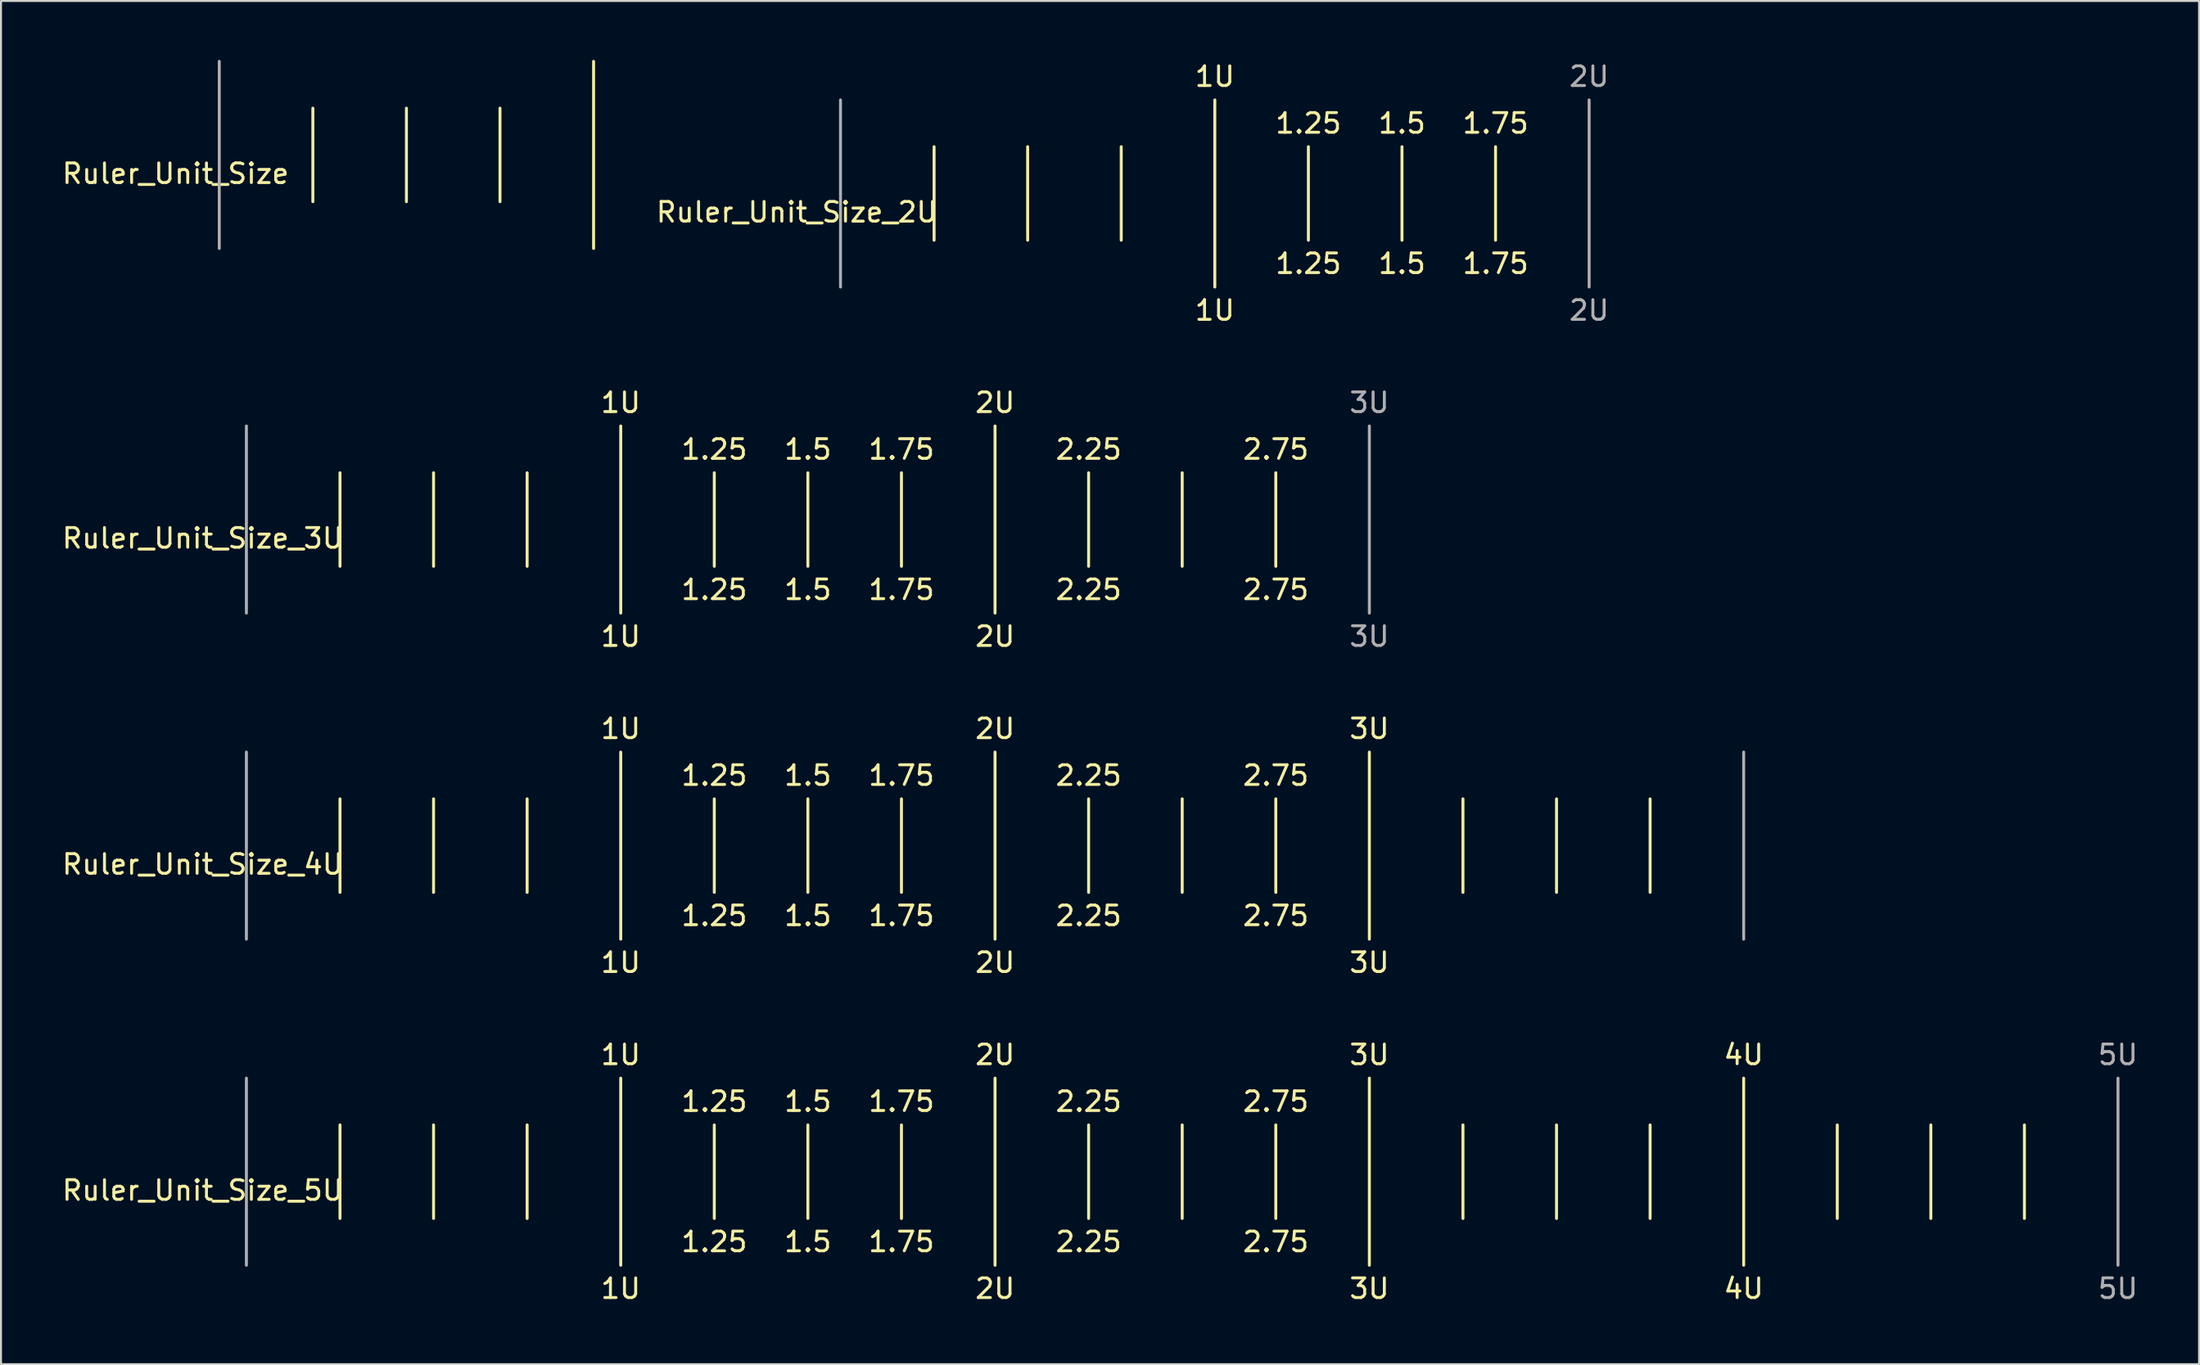
<source format=kicad_pcb>
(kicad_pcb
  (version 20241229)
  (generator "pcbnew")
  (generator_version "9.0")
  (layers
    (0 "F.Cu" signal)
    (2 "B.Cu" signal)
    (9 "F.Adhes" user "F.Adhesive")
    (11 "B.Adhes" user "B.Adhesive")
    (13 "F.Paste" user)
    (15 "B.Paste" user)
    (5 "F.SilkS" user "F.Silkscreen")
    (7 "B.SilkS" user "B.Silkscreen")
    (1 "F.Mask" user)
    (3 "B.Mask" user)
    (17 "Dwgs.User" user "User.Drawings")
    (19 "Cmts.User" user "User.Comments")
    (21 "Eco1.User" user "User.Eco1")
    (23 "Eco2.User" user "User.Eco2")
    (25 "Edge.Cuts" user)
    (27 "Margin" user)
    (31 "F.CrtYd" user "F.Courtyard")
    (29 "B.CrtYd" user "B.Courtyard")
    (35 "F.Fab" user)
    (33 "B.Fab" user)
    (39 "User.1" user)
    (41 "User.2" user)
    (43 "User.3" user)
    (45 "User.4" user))
  (footprint "Ruler_Unit_Size_3U"
    (layer "F.Cu")
    (at 9.49 23.404)
    (property "Reference" "Ruler_Unit_Size_3U" (at -2.223 0.953 0) (layer "F.SilkS") (effects (font (size 1 1) (thickness 0.15))))
    (attr through_hole)
    (fp_line (start 4.763 -2.381) (end 4.763 2.381) (stroke (width 0.15) (type solid)) (layer "F.SilkS"))
    (fp_line (start 9.525 -2.381) (end 9.525 2.381) (stroke (width 0.15) (type solid)) (layer "F.SilkS"))
    (fp_line (start 14.287 -2.381) (end 14.287 2.381) (stroke (width 0.15) (type solid)) (layer "F.SilkS"))
    (fp_line (start 19.05 -4.763) (end 19.05 4.763) (stroke (width 0.15) (type solid)) (layer "F.SilkS"))
    (fp_line (start 23.812 -2.381) (end 23.812 2.381) (stroke (width 0.15) (type solid)) (layer "F.SilkS"))
    (fp_line (start 28.575 -2.381) (end 28.575 2.381) (stroke (width 0.15) (type solid)) (layer "F.SilkS"))
    (fp_line (start 33.337 -2.381) (end 33.337 2.381) (stroke (width 0.15) (type solid)) (layer "F.SilkS"))
    (fp_line (start 38.1 -4.763) (end 38.1 4.763) (stroke (width 0.15) (type solid)) (layer "F.SilkS"))
    (fp_line (start 42.862 -2.381) (end 42.862 2.381) (stroke (width 0.15) (type solid)) (layer "F.SilkS"))
    (fp_line (start 47.625 -2.381) (end 47.625 2.381) (stroke (width 0.15) (type solid)) (layer "F.SilkS"))
    (fp_line (start 52.388 -2.381) (end 52.388 2.381) (stroke (width 0.15) (type solid)) (layer "F.SilkS"))
    (fp_line (start 0 -4.763) (end 0 4.763) (stroke (width 0.15) (type solid)) (layer "F.Fab"))
    (fp_line (start 57.15 -4.763) (end 57.15 4.763) (stroke (width 0.15) (type solid)) (layer "F.Fab"))
    (fp_text user "2.75" (at 52.388 -3.572 0) (layer "F.SilkS") (effects (font (size 1 1) (thickness 0.15))))
    (fp_text user "2.25" (at 42.862 3.572 0) (layer "F.SilkS") (effects (font (size 1 1) (thickness 0.15))))
    (fp_text user "1U" (at 19.05 -5.953 0) (layer "F.SilkS") (effects (font (size 1 1) (thickness 0.15))))
    (fp_text user "1.75" (at 33.338 -3.572 0) (layer "F.SilkS") (effects (font (size 1 1) (thickness 0.15))))
    (fp_text user "1.25" (at 23.812 3.572 0) (layer "F.SilkS") (effects (font (size 1 1) (thickness 0.15))))
    (fp_text user "1.75" (at 33.337 3.572 0) (layer "F.SilkS") (effects (font (size 1 1) (thickness 0.15))))
    (fp_text user "2.25" (at 42.863 -3.572 0) (layer "F.SilkS") (effects (font (size 1 1) (thickness 0.15))))
    (fp_text user "2U" (at 38.1 -5.953 0) (layer "F.SilkS") (effects (font (size 1 1) (thickness 0.15))))
    (fp_text user "2.75" (at 52.388 3.572 0) (layer "F.SilkS") (effects (font (size 1 1) (thickness 0.15))))
    (fp_text user "1.5" (at 28.575 3.572 0) (layer "F.SilkS") (effects (font (size 1 1) (thickness 0.15))))
    (fp_text user "1.25" (at 23.813 -3.572 0) (layer "F.SilkS") (effects (font (size 1 1) (thickness 0.15))))
    (fp_text user "1U" (at 19.05 5.953 0) (layer "F.SilkS") (effects (font (size 1 1) (thickness 0.15))))
    (fp_text user "1.5" (at 28.575 -3.572 0) (layer "F.SilkS") (effects (font (size 1 1) (thickness 0.15))))
    (fp_text user "2U" (at 38.1 5.953 0) (layer "F.SilkS") (effects (font (size 1 1) (thickness 0.15))))
    (fp_text user "3U" (at 57.15 -5.953 0) (layer "F.Fab") (effects (font (size 1 1) (thickness 0.15))))
    (fp_text user "3U" (at 57.15 5.953 0) (layer "F.Fab") (effects (font (size 1 1) (thickness 0.15)))))
  (footprint "Ruler_Unit_Size_4U"
    (layer "F.Cu")
    (at 9.49 40.007)
    (property "Reference" "Ruler_Unit_Size_4U" (at -2.223 0.953 0) (layer "F.SilkS") (effects (font (size 1 1) (thickness 0.15))))
    (attr through_hole)
    (fp_line (start 4.763 -2.381) (end 4.763 2.381) (stroke (width 0.15) (type solid)) (layer "F.SilkS"))
    (fp_line (start 9.525 -2.381) (end 9.525 2.381) (stroke (width 0.15) (type solid)) (layer "F.SilkS"))
    (fp_line (start 14.287 -2.381) (end 14.287 2.381) (stroke (width 0.15) (type solid)) (layer "F.SilkS"))
    (fp_line (start 19.05 -4.763) (end 19.05 4.763) (stroke (width 0.15) (type solid)) (layer "F.SilkS"))
    (fp_line (start 23.812 -2.381) (end 23.812 2.381) (stroke (width 0.15) (type solid)) (layer "F.SilkS"))
    (fp_line (start 28.575 -2.381) (end 28.575 2.381) (stroke (width 0.15) (type solid)) (layer "F.SilkS"))
    (fp_line (start 33.337 -2.381) (end 33.337 2.381) (stroke (width 0.15) (type solid)) (layer "F.SilkS"))
    (fp_line (start 38.1 -4.763) (end 38.1 4.763) (stroke (width 0.15) (type solid)) (layer "F.SilkS"))
    (fp_line (start 42.862 -2.381) (end 42.862 2.381) (stroke (width 0.15) (type solid)) (layer "F.SilkS"))
    (fp_line (start 47.625 -2.381) (end 47.625 2.381) (stroke (width 0.15) (type solid)) (layer "F.SilkS"))
    (fp_line (start 52.388 -2.381) (end 52.388 2.381) (stroke (width 0.15) (type solid)) (layer "F.SilkS"))
    (fp_line (start 57.15 -4.763) (end 57.15 4.763) (stroke (width 0.15) (type solid)) (layer "F.SilkS"))
    (fp_line (start 61.913 -2.381) (end 61.913 2.381) (stroke (width 0.15) (type solid)) (layer "F.SilkS"))
    (fp_line (start 66.675 -2.381) (end 66.675 2.381) (stroke (width 0.15) (type solid)) (layer "F.SilkS"))
    (fp_line (start 71.438 -2.381) (end 71.438 2.381) (stroke (width 0.15) (type solid)) (layer "F.SilkS"))
    (fp_line (start 0 -4.763) (end 0 4.763) (stroke (width 0.15) (type solid)) (layer "F.Fab"))
    (fp_line (start 76.2 -4.763) (end 76.2 4.763) (stroke (width 0.15) (type solid)) (layer "F.Fab"))
    (fp_text user "1.25" (at 23.813 -3.572 0) (layer "F.SilkS") (effects (font (size 1 1) (thickness 0.15))))
    (fp_text user "1U" (at 19.05 -5.953 0) (layer "F.SilkS") (effects (font (size 1 1) (thickness 0.15))))
    (fp_text user "3U" (at 57.15 5.953 0) (layer "F.SilkS") (effects (font (size 1 1) (thickness 0.15))))
    (fp_text user "1U" (at 19.05 5.953 0) (layer "F.SilkS") (effects (font (size 1 1) (thickness 0.15))))
    (fp_text user "2U" (at 38.1 5.953 0) (layer "F.SilkS") (effects (font (size 1 1) (thickness 0.15))))
    (fp_text user "2.25" (at 42.862 3.572 0) (layer "F.SilkS") (effects (font (size 1 1) (thickness 0.15))))
    (fp_text user "3U" (at 57.15 -5.953 0) (layer "F.SilkS") (effects (font (size 1 1) (thickness 0.15))))
    (fp_text user "2.25" (at 42.863 -3.572 0) (layer "F.SilkS") (effects (font (size 1 1) (thickness 0.15))))
    (fp_text user "1.25" (at 23.812 3.572 0) (layer "F.SilkS") (effects (font (size 1 1) (thickness 0.15))))
    (fp_text user "2.75" (at 52.388 3.572 0) (layer "F.SilkS") (effects (font (size 1 1) (thickness 0.15))))
    (fp_text user "1.5" (at 28.575 -3.572 0) (layer "F.SilkS") (effects (font (size 1 1) (thickness 0.15))))
    (fp_text user "2.75" (at 52.388 -3.572 0) (layer "F.SilkS") (effects (font (size 1 1) (thickness 0.15))))
    (fp_text user "1.75" (at 33.337 3.572 0) (layer "F.SilkS") (effects (font (size 1 1) (thickness 0.15))))
    (fp_text user "2U" (at 38.1 -5.953 0) (layer "F.SilkS") (effects (font (size 1 1) (thickness 0.15))))
    (fp_text user "1.75" (at 33.338 -3.572 0) (layer "F.SilkS") (effects (font (size 1 1) (thickness 0.15))))
    (fp_text user "1.5" (at 28.575 3.572 0) (layer "F.SilkS") (effects (font (size 1 1) (thickness 0.15)))))
  (footprint "Ruler_Unit_Size_2U"
    (layer "F.Cu")
    (at 39.725 6.801)
    (property "Reference" "Ruler_Unit_Size_2U" (at -2.223 0.953 0) (layer "F.SilkS") (effects (font (size 1 1) (thickness 0.15))))
    (attr through_hole)
    (fp_line (start 4.763 -2.381) (end 4.763 2.381) (stroke (width 0.15) (type solid)) (layer "F.SilkS"))
    (fp_line (start 9.525 -2.381) (end 9.525 2.381) (stroke (width 0.15) (type solid)) (layer "F.SilkS"))
    (fp_line (start 14.287 -2.381) (end 14.287 2.381) (stroke (width 0.15) (type solid)) (layer "F.SilkS"))
    (fp_line (start 19.05 -4.763) (end 19.05 4.763) (stroke (width 0.15) (type solid)) (layer "F.SilkS"))
    (fp_line (start 23.812 -2.381) (end 23.812 2.381) (stroke (width 0.15) (type solid)) (layer "F.SilkS"))
    (fp_line (start 28.575 -2.381) (end 28.575 2.381) (stroke (width 0.15) (type solid)) (layer "F.SilkS"))
    (fp_line (start 33.337 -2.381) (end 33.337 2.381) (stroke (width 0.15) (type solid)) (layer "F.SilkS"))
    (fp_line (start 0 -4.763) (end 0 4.763) (stroke (width 0.15) (type solid)) (layer "F.Fab"))
    (fp_line (start 38.1 -4.763) (end 38.1 4.763) (stroke (width 0.15) (type solid)) (layer "F.Fab"))
    (fp_text user "1.5" (at 28.575 3.572 0) (layer "F.SilkS") (effects (font (size 1 1) (thickness 0.15))))
    (fp_text user "1.25" (at 23.812 3.572 0) (layer "F.SilkS") (effects (font (size 1 1) (thickness 0.15))))
    (fp_text user "1.5" (at 28.575 -3.572 0) (layer "F.SilkS") (effects (font (size 1 1) (thickness 0.15))))
    (fp_text user "1.75" (at 33.338 -3.572 0) (layer "F.SilkS") (effects (font (size 1 1) (thickness 0.15))))
    (fp_text user "1.25" (at 23.813 -3.572 0) (layer "F.SilkS") (effects (font (size 1 1) (thickness 0.15))))
    (fp_text user "1U" (at 19.05 -5.953 0) (layer "F.SilkS") (effects (font (size 1 1) (thickness 0.15))))
    (fp_text user "1U" (at 19.05 5.953 0) (layer "F.SilkS") (effects (font (size 1 1) (thickness 0.15))))
    (fp_text user "1.75" (at 33.337 3.572 0) (layer "F.SilkS") (effects (font (size 1 1) (thickness 0.15))))
    (fp_text user "2U" (at 38.1 -5.953 0) (layer "F.Fab") (effects (font (size 1 1) (thickness 0.15))))
    (fp_text user "2U" (at 38.1 5.953 0) (layer "F.Fab") (effects (font (size 1 1) (thickness 0.15)))))
  (footprint "Ruler_Unit_Size_5U"
    (layer "F.Cu")
    (at 9.49 56.61)
    (property "Reference" "Ruler_Unit_Size_5U" (at -2.223 0.953 0) (layer "F.SilkS") (effects (font (size 1 1) (thickness 0.15))))
    (attr through_hole)
    (fp_line (start 4.763 -2.381) (end 4.763 2.381) (stroke (width 0.15) (type solid)) (layer "F.SilkS"))
    (fp_line (start 9.525 -2.381) (end 9.525 2.381) (stroke (width 0.15) (type solid)) (layer "F.SilkS"))
    (fp_line (start 14.287 -2.381) (end 14.287 2.381) (stroke (width 0.15) (type solid)) (layer "F.SilkS"))
    (fp_line (start 19.05 -4.763) (end 19.05 4.763) (stroke (width 0.15) (type solid)) (layer "F.SilkS"))
    (fp_line (start 23.812 -2.381) (end 23.812 2.381) (stroke (width 0.15) (type solid)) (layer "F.SilkS"))
    (fp_line (start 28.575 -2.381) (end 28.575 2.381) (stroke (width 0.15) (type solid)) (layer "F.SilkS"))
    (fp_line (start 33.337 -2.381) (end 33.337 2.381) (stroke (width 0.15) (type solid)) (layer "F.SilkS"))
    (fp_line (start 38.1 -4.763) (end 38.1 4.763) (stroke (width 0.15) (type solid)) (layer "F.SilkS"))
    (fp_line (start 42.862 -2.381) (end 42.862 2.381) (stroke (width 0.15) (type solid)) (layer "F.SilkS"))
    (fp_line (start 47.625 -2.381) (end 47.625 2.381) (stroke (width 0.15) (type solid)) (layer "F.SilkS"))
    (fp_line (start 52.388 -2.381) (end 52.388 2.381) (stroke (width 0.15) (type solid)) (layer "F.SilkS"))
    (fp_line (start 57.15 -4.763) (end 57.15 4.763) (stroke (width 0.15) (type solid)) (layer "F.SilkS"))
    (fp_line (start 61.913 -2.381) (end 61.913 2.381) (stroke (width 0.15) (type solid)) (layer "F.SilkS"))
    (fp_line (start 66.675 -2.381) (end 66.675 2.381) (stroke (width 0.15) (type solid)) (layer "F.SilkS"))
    (fp_line (start 71.438 -2.381) (end 71.438 2.381) (stroke (width 0.15) (type solid)) (layer "F.SilkS"))
    (fp_line (start 76.2 -4.763) (end 76.2 4.763) (stroke (width 0.15) (type solid)) (layer "F.SilkS"))
    (fp_line (start 80.963 -2.381) (end 80.963 2.381) (stroke (width 0.15) (type solid)) (layer "F.SilkS"))
    (fp_line (start 85.725 -2.381) (end 85.725 2.381) (stroke (width 0.15) (type solid)) (layer "F.SilkS"))
    (fp_line (start 90.487 -2.381) (end 90.487 2.381) (stroke (width 0.15) (type solid)) (layer "F.SilkS"))
    (fp_line (start 0 -4.763) (end 0 4.763) (stroke (width 0.15) (type solid)) (layer "F.Fab"))
    (fp_line (start 95.25 -4.763) (end 95.25 4.763) (stroke (width 0.15) (type solid)) (layer "F.Fab"))
    (fp_text user "2.25" (at 42.862 3.572 0) (layer "F.SilkS") (effects (font (size 1 1) (thickness 0.15))))
    (fp_text user "4U" (at 76.2 5.953 0) (layer "F.SilkS") (effects (font (size 1 1) (thickness 0.15))))
    (fp_text user "3U" (at 57.15 -5.953 0) (layer "F.SilkS") (effects (font (size 1 1) (thickness 0.15))))
    (fp_text user "1.75" (at 33.338 -3.572 0) (layer "F.SilkS") (effects (font (size 1 1) (thickness 0.15))))
    (fp_text user "2.75" (at 52.388 3.572 0) (layer "F.SilkS") (effects (font (size 1 1) (thickness 0.15))))
    (fp_text user "1.25" (at 23.812 3.572 0) (layer "F.SilkS") (effects (font (size 1 1) (thickness 0.15))))
    (fp_text user "3U" (at 57.15 5.953 0) (layer "F.SilkS") (effects (font (size 1 1) (thickness 0.15))))
    (fp_text user "1.75" (at 33.337 3.572 0) (layer "F.SilkS") (effects (font (size 1 1) (thickness 0.15))))
    (fp_text user "1.5" (at 28.575 3.572 0) (layer "F.SilkS") (effects (font (size 1 1) (thickness 0.15))))
    (fp_text user "1.25" (at 23.813 -3.572 0) (layer "F.SilkS") (effects (font (size 1 1) (thickness 0.15))))
    (fp_text user "2.75" (at 52.388 -3.572 0) (layer "F.SilkS") (effects (font (size 1 1) (thickness 0.15))))
    (fp_text user "4U" (at 76.2 -5.953 0) (layer "F.SilkS") (effects (font (size 1 1) (thickness 0.15))))
    (fp_text user "2U" (at 38.1 5.953 0) (layer "F.SilkS") (effects (font (size 1 1) (thickness 0.15))))
    (fp_text user "2U" (at 38.1 -5.953 0) (layer "F.SilkS") (effects (font (size 1 1) (thickness 0.15))))
    (fp_text user "1U" (at 19.05 5.953 0) (layer "F.SilkS") (effects (font (size 1 1) (thickness 0.15))))
    (fp_text user "1.5" (at 28.575 -3.572 0) (layer "F.SilkS") (effects (font (size 1 1) (thickness 0.15))))
    (fp_text user "2.25" (at 42.863 -3.572 0) (layer "F.SilkS") (effects (font (size 1 1) (thickness 0.15))))
    (fp_text user "1U" (at 19.05 -5.953 0) (layer "F.SilkS") (effects (font (size 1 1) (thickness 0.15))))
    (fp_text user "5U" (at 95.25 5.953 0) (layer "F.Fab") (effects (font (size 1 1) (thickness 0.15))))
    (fp_text user "5U" (at 95.25 -5.953 0) (layer "F.Fab") (effects (font (size 1 1) (thickness 0.15)))))
  (footprint "Ruler_Unit_Size"
    (layer "F.Cu")
    (at 8.109 4.838)
    (property "Reference" "Ruler_Unit_Size" (at -2.223 0.953 0) (layer "F.SilkS") (effects (font (size 1 1) (thickness 0.15))))
    (attr through_hole)
    (fp_line (start 4.763 -2.381) (end 4.763 2.381) (stroke (width 0.15) (type solid)) (layer "F.SilkS"))
    (fp_line (start 9.525 -2.381) (end 9.525 2.381) (stroke (width 0.15) (type solid)) (layer "F.SilkS"))
    (fp_line (start 14.287 -2.381) (end 14.287 2.381) (stroke (width 0.15) (type solid)) (layer "F.SilkS"))
    (fp_line (start 19.05 -4.763) (end 19.05 4.763) (stroke (width 0.15) (type solid)) (layer "F.SilkS"))
    (fp_line (start 0 -4.763) (end 0 4.763) (stroke (width 0.15) (type solid)) (layer "F.Fab")))
  (gr_rect
    (start -3 -3)
    (end 108.865 66.411)
    (stroke (width 0.1) (type default))
    (fill no)
    (layer "Edge.Cuts")))
</source>
